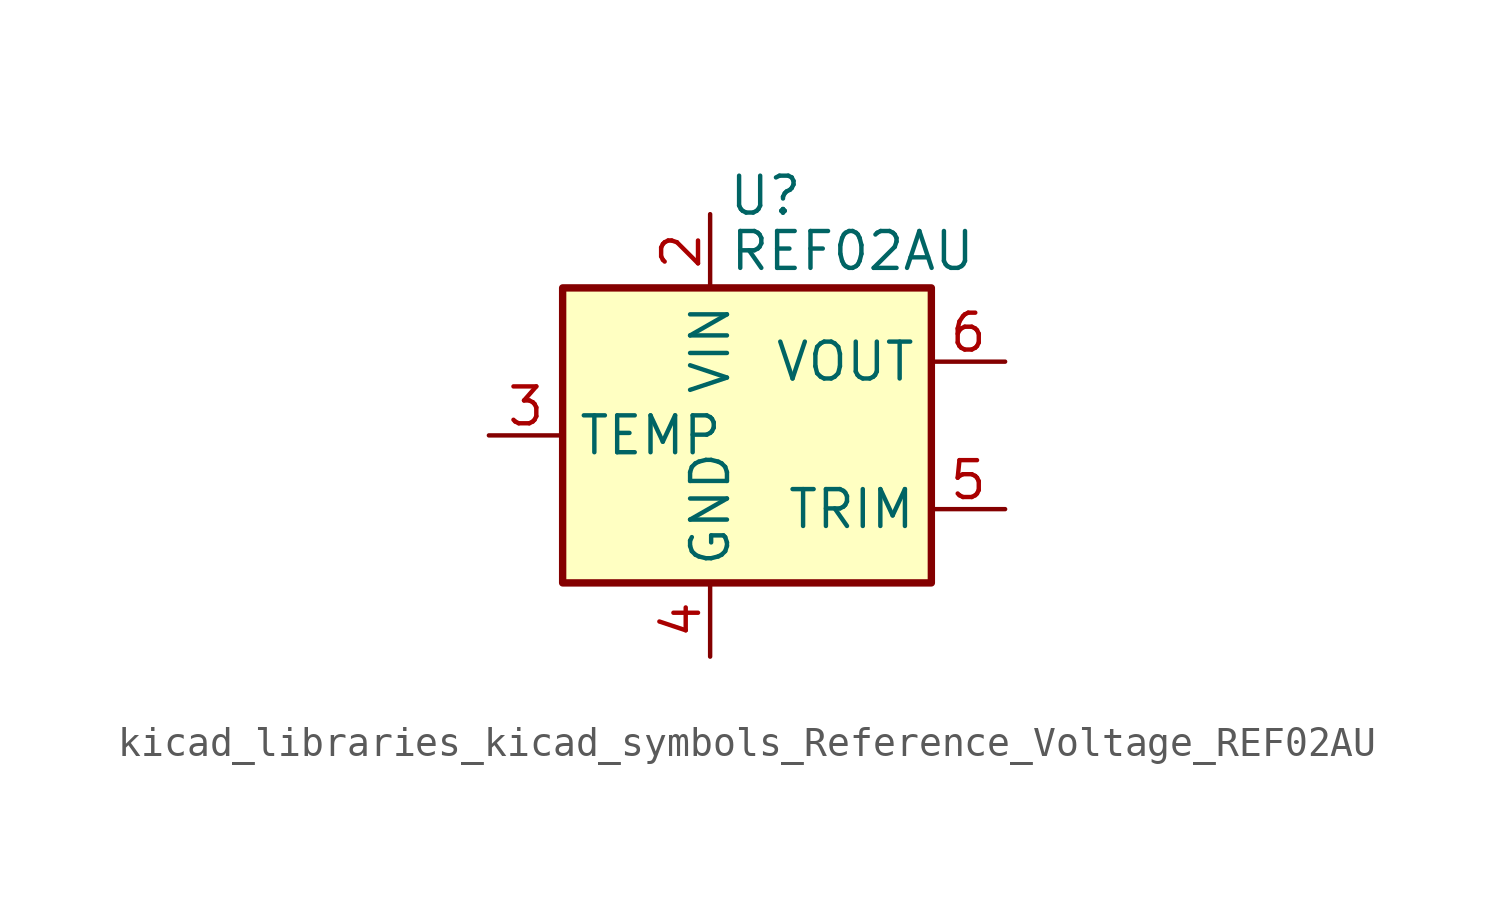
<source format=kicad_sym>
(kicad_symbol_lib
  (version 20220914)
  (generator kicad_symbol_editor)
  (symbol "kicad_libraries_kicad_symbols_Reference_Voltage_REF02AU"
    (property "Reference" "U"
      (at 1.905 8.255 0)
      (effects (font (size 1.27 1.27))))
    (property "Value" "REF02AU"
      (at 0.635 6.35 0)
      (effects (font (size 1.27 1.27)) (justify left)))
    (symbol "kicad_libraries_kicad_symbols_Reference_Voltage_REF02AU_0_1"
      (rectangle (start -5.08 5.08) (end 7.62 -5.08) (stroke (width 0.254) (type default)) (fill (type background))))
    (symbol "kicad_libraries_kicad_symbols_Reference_Voltage_REF02AU_1_1"
      (pin no_connect line (at 2.54 -5.08 90) (length 2.54) hide (name "NC" (effects (font (size 1.27 1.27)))) (number "1" (effects (font (size 1.27 1.27)))))
      (pin power_in line (at 0 7.62 270) (length 2.54) (name "VIN" (effects (font (size 1.27 1.27)))) (number "2" (effects (font (size 1.27 1.27)))))
      (pin passive line (at -7.62 0 0) (length 2.54) (name "TEMP" (effects (font (size 1.27 1.27)))) (number "3" (effects (font (size 1.27 1.27)))))
      (pin power_in line (at 0 -7.62 90) (length 2.54) (name "GND" (effects (font (size 1.27 1.27)))) (number "4" (effects (font (size 1.27 1.27)))))
      (pin passive line (at 10.16 -2.54 180) (length 2.54) (name "TRIM" (effects (font (size 1.27 1.27)))) (number "5" (effects (font (size 1.27 1.27)))))
      (pin power_out line (at 10.16 2.54 180) (length 2.54) (name "VOUT" (effects (font (size 1.27 1.27)))) (number "6" (effects (font (size 1.27 1.27)))))
      (pin no_connect line (at -2.54 -5.08 90) (length 2.54) hide (name "NC" (effects (font (size 1.27 1.27)))) (number "7" (effects (font (size 1.27 1.27)))))
      (pin no_connect line (at 7.62 0 180) (length 2.54) hide (name "NC" (effects (font (size 1.27 1.27)))) (number "8" (effects (font (size 1.27 1.27))))))))
</source>
